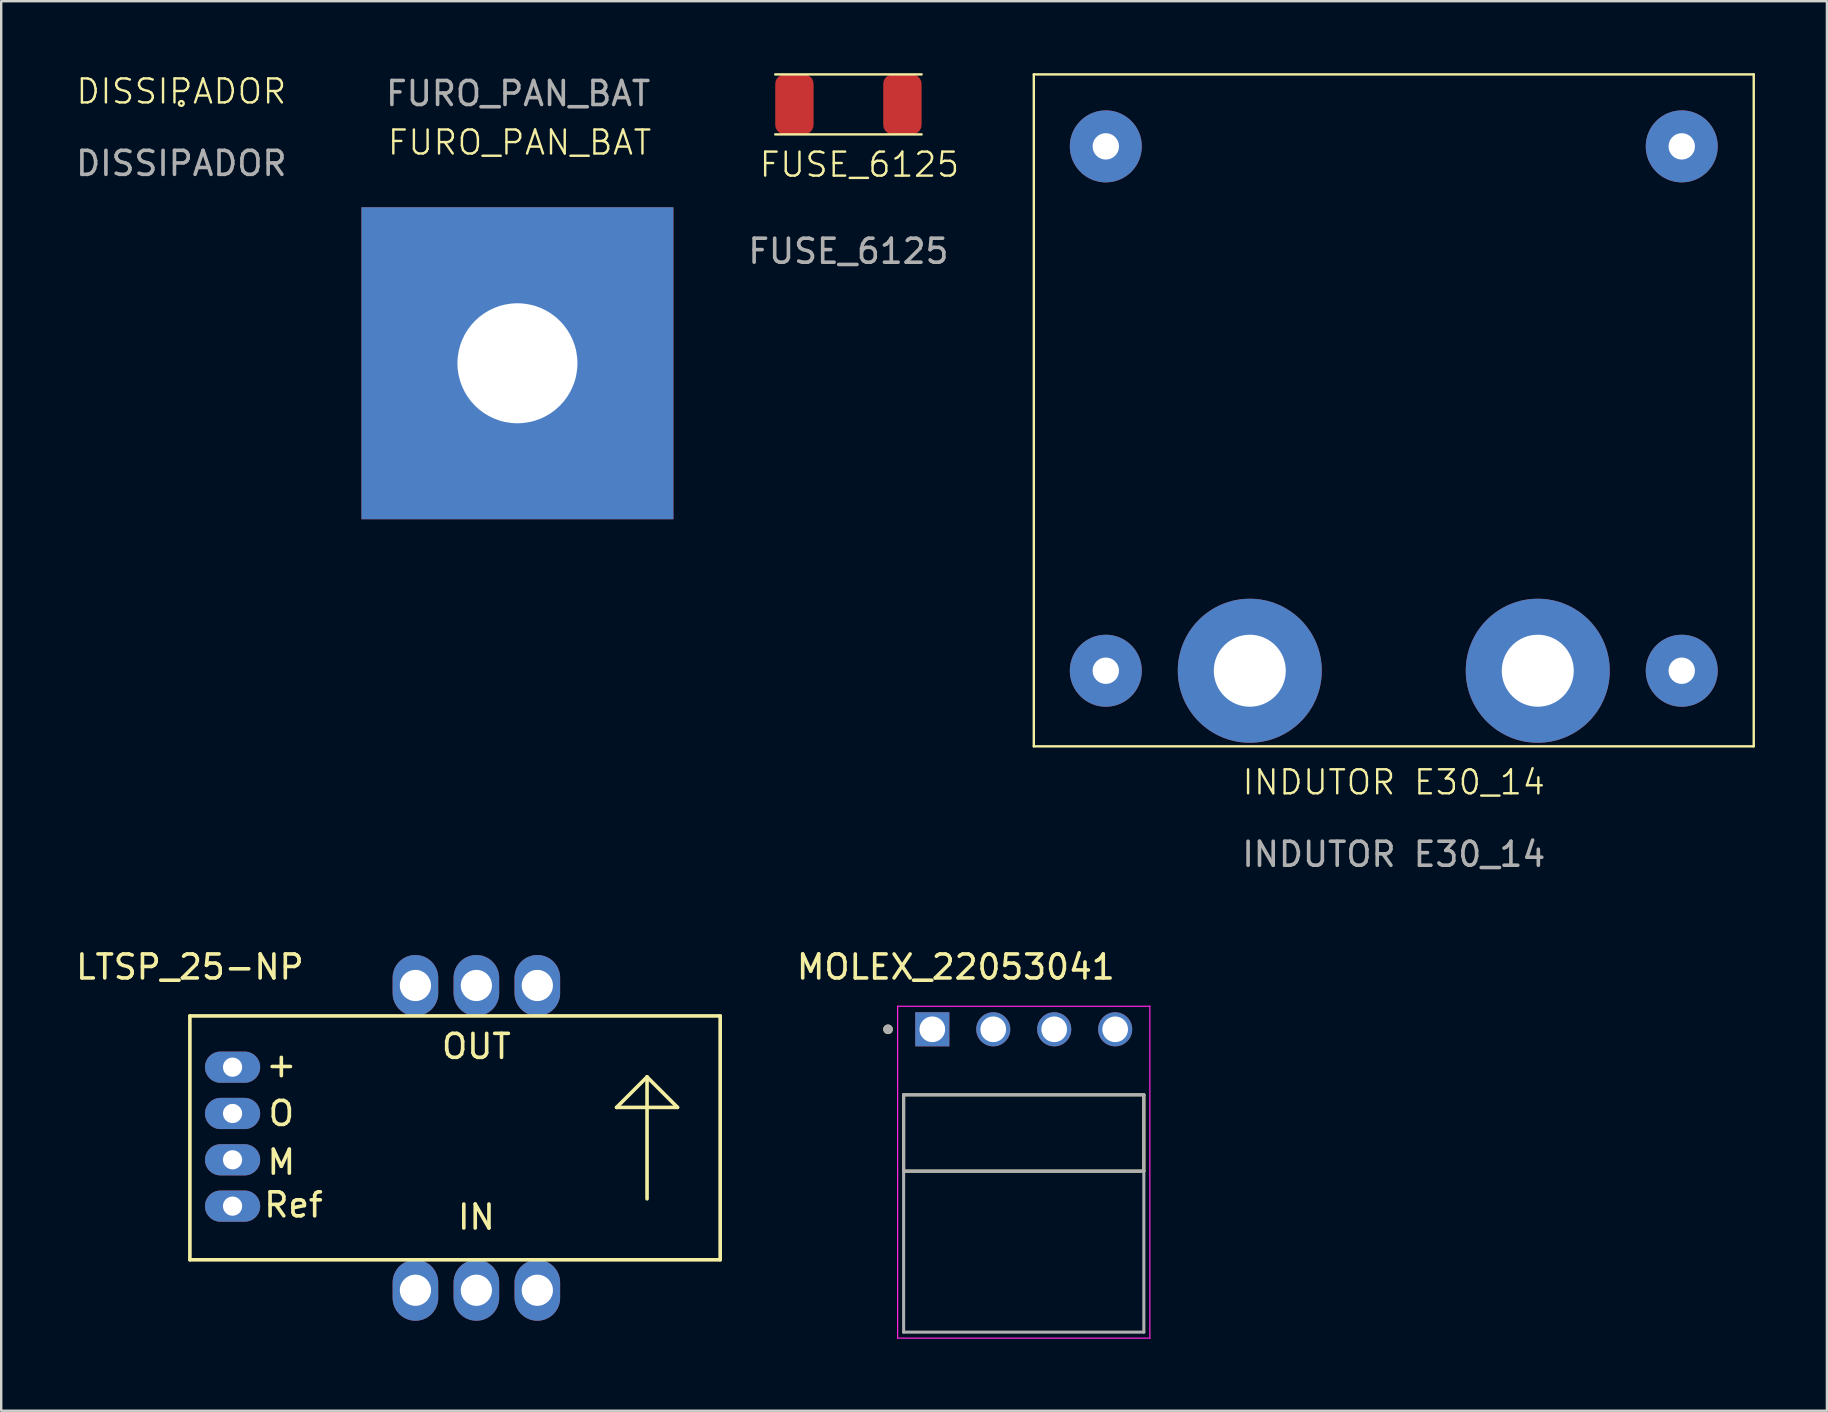
<source format=kicad_pcb>
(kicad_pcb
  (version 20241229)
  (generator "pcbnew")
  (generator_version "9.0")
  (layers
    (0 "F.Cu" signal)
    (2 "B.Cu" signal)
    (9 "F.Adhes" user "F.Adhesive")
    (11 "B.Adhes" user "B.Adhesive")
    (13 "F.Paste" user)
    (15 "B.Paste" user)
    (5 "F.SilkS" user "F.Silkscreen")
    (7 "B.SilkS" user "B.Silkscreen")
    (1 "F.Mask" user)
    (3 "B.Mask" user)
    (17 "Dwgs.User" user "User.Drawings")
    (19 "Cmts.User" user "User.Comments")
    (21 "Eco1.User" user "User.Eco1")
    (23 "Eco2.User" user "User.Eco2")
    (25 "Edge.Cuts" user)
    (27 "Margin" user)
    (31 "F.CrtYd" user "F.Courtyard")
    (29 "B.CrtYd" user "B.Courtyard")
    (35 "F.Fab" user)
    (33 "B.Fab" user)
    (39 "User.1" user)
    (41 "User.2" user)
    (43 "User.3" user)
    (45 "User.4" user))
  (footprint "MOLEX_22053041"
    (layer "F.Cu")
    (at 39.61 39.842)
    (property "Reference" "MOLEX_22053041" (at -2.83 -2.595 0) (layer "F.SilkS") (effects (font (size 1 1) (thickness 0.15))))
    (attr through_hole)
    (fp_line (start -5.005 5.91) (end -5.005 2.731) (stroke (width 0.127) (type solid)) (layer "F.SilkS"))
    (fp_line (start 5.005 2.731) (end -5.005 2.731) (stroke (width 0.127) (type solid)) (layer "F.SilkS"))
    (fp_line (start 5.005 2.731) (end 5.005 5.91) (stroke (width 0.127) (type solid)) (layer "F.SilkS"))
    (fp_line (start 5.005 5.91) (end -5.005 5.91) (stroke (width 0.127) (type solid)) (layer "F.SilkS"))
    (fp_circle (center -5.655 0) (end -5.555 0) (stroke (width 0.2) (type solid)) (fill no) (layer "F.SilkS"))
    (fp_line (start -5.255 -0.96) (end 5.255 -0.96) (stroke (width 0.05) (type solid)) (layer "F.CrtYd"))
    (fp_line (start -5.255 12.87) (end -5.255 -0.96) (stroke (width 0.05) (type solid)) (layer "F.CrtYd"))
    (fp_line (start 5.255 -0.96) (end 5.255 12.87) (stroke (width 0.05) (type solid)) (layer "F.CrtYd"))
    (fp_line (start 5.255 12.87) (end -5.255 12.87) (stroke (width 0.05) (type solid)) (layer "F.CrtYd"))
    (fp_line (start -5.005 2.731) (end 5.005 2.731) (stroke (width 0.127) (type solid)) (layer "F.Fab"))
    (fp_line (start -5.005 5.91) (end -5.005 2.731) (stroke (width 0.127) (type solid)) (layer "F.Fab"))
    (fp_line (start -5.005 5.91) (end -5.005 12.62) (stroke (width 0.127) (type solid)) (layer "F.Fab"))
    (fp_line (start -5.005 12.62) (end 5.005 12.62) (stroke (width 0.127) (type solid)) (layer "F.Fab"))
    (fp_line (start 5.005 2.731) (end 5.005 5.91) (stroke (width 0.127) (type solid)) (layer "F.Fab"))
    (fp_line (start 5.005 5.91) (end -5.005 5.91) (stroke (width 0.127) (type solid)) (layer "F.Fab"))
    (fp_line (start 5.005 12.62) (end 5.005 5.91) (stroke (width 0.127) (type solid)) (layer "F.Fab"))
    (fp_circle (center -5.655 0) (end -5.555 0) (stroke (width 0.2) (type solid)) (fill no) (layer "F.Fab"))
    (pad "01" thru_hole rect (at -3.81 0) (size 1.42 1.42) (drill 1.07) (layers "*.Cu" "*.Mask"))
    (pad "02" thru_hole circle (at -1.27 0) (size 1.42 1.42) (drill 1.07) (layers "*.Cu" "*.Mask"))
    (pad "03" thru_hole circle (at 1.27 0) (size 1.42 1.42) (drill 1.07) (layers "*.Cu" "*.Mask"))
    (pad "04" thru_hole circle (at 3.81 0) (size 1.42 1.42) (drill 1.07) (layers "*.Cu" "*.Mask")))
  (footprint "FURO_PAN_BAT"
    (layer "F.Cu")
    (at 18.512 12.088)
    (property "Reference" "FURO_PAN_BAT" (at 0.09 -9.2 0) (unlocked yes) (layer "F.SilkS") (effects (font (size 1 1) (thickness 0.1))))
    (attr through_hole)
    (fp_text user "${REFERENCE}" (at 0.03 -11.24 0) (unlocked yes) (layer "F.Fab") (effects (font (size 1 1) (thickness 0.15))))
    (pad "1" thru_hole rect (at 0 0) (size 13 13) (drill 5) (layers "*.Cu" "*.Mask")))
  (footprint "FUSE_6125"
    (layer "F.Cu")
    (at 32.304 3.3)
    (property "Reference" "FUSE_6125" (at 0.46 0.51 0) (unlocked yes) (layer "F.SilkS") (effects (font (size 1 1) (thickness 0.1))))
    (attr smd)
    (fp_line (start -3.05 -3.25) (end 3.05 -3.25) (stroke (width 0.1) (type default)) (layer "F.SilkS"))
    (fp_line (start -3.05 -0.75) (end 3.05 -0.75) (stroke (width 0.1) (type default)) (layer "F.SilkS"))
    (fp_text user "${REFERENCE}" (at 0 4.12 0) (unlocked yes) (layer "F.Fab") (effects (font (size 1 1) (thickness 0.15))))
    (pad "1" smd roundrect (at -2.25 -2) (size 1.6 2.5) (layers "F.Cu" "F.Mask" "F.Paste") (roundrect_rratio 0.25))
    (pad "2" smd roundrect (at 2.25 -2) (size 1.6 2.5) (layers "F.Cu" "F.Mask" "F.Paste") (roundrect_rratio 0.25)))
  (footprint "INDUTOR E30_14"
    (layer "F.Cu")
    (at 55.03 30.05)
    (property "Reference" "INDUTOR E30_14" (at 0 -0.5 0) (unlocked yes) (layer "F.SilkS") (effects (font (size 1 1) (thickness 0.1))))
    (attr through_hole)
    (fp_line (start -15 -30) (end -15 -2) (stroke (width 0.1) (type default)) (layer "F.SilkS"))
    (fp_line (start -15 -2) (end 15 -2) (stroke (width 0.1) (type default)) (layer "F.SilkS"))
    (fp_line (start 15 -30) (end -15 -30) (stroke (width 0.1) (type default)) (layer "F.SilkS"))
    (fp_line (start 15 -2) (end 15 -30) (stroke (width 0.1) (type default)) (layer "F.SilkS"))
    (fp_text user "${REFERENCE}" (at 0 2.5 0) (unlocked yes) (layer "F.Fab") (effects (font (size 1 1) (thickness 0.15))))
    (pad "" thru_hole circle (at -12 -27) (size 3 3) (drill 1.1) (layers "*.Cu" "*.Mask"))
    (pad "" thru_hole circle (at -12 -5.15) (size 3 3) (drill 1.1) (layers "*.Cu" "*.Mask"))
    (pad "" thru_hole circle (at 12 -27) (size 3 3) (drill 1.1) (layers "*.Cu" "*.Mask"))
    (pad "" thru_hole circle (at 12 -5.15) (size 3 3) (drill 1.1) (layers "*.Cu" "*.Mask"))
    (pad "1" thru_hole circle (at -6 -5.15) (size 6 6) (drill 3) (layers "*.Cu" "*.Mask"))
    (pad "2" thru_hole circle (at 6 -5.15) (size 6 6) (drill 3) (layers "*.Cu" "*.Mask")))
  (footprint "DISSIPADOR"
    (layer "F.Cu")
    (at 4.506 1.26)
    (property "Reference" "DISSIPADOR" (at 0 -0.5 0) (unlocked yes) (layer "F.SilkS") (effects (font (size 1 1) (thickness 0.1))))
    (fp_circle (center 0 0) (end 0.1 0) (stroke (width 0.1) (type default)) (fill no) (layer "F.SilkS"))
    (fp_text user "${REFERENCE}" (at 0 2.5 0) (unlocked yes) (layer "F.Fab") (effects (font (size 1 1) (thickness 0.15)))))
  (footprint "LTSP_25-NP"
    (layer "F.Cu")
    (at 4.863 39.286)
    (property "Reference" "LTSP_25-NP" (at 0 -2.04 0) (layer "F.SilkS") (effects (font (size 1 1) (thickness 0.15))))
    (attr through_hole)
    (fp_line (start 0 0) (end 0 10.16) (stroke (width 0.15) (type solid)) (layer "F.SilkS"))
    (fp_line (start 0 0) (end 22.098 0) (stroke (width 0.15) (type solid)) (layer "F.SilkS"))
    (fp_line (start 0 10.16) (end 22.098 10.16) (stroke (width 0.15) (type solid)) (layer "F.SilkS"))
    (fp_line (start 17.78 3.81) (end 20.32 3.81) (stroke (width 0.15) (type solid)) (layer "F.SilkS"))
    (fp_line (start 19.05 2.54) (end 17.78 3.81) (stroke (width 0.15) (type solid)) (layer "F.SilkS"))
    (fp_line (start 19.05 7.62) (end 19.05 2.54) (stroke (width 0.15) (type solid)) (layer "F.SilkS"))
    (fp_line (start 20.32 3.81) (end 19.05 2.54) (stroke (width 0.15) (type solid)) (layer "F.SilkS"))
    (fp_line (start 22.098 0) (end 22.098 10.16) (stroke (width 0.15) (type solid)) (layer "F.SilkS"))
    (fp_text user "+" (at 3.81 2.032 0) (layer "F.SilkS") (effects (font (size 1 1) (thickness 0.15))))
    (fp_text user "O" (at 3.81 4.064 0) (layer "F.SilkS") (effects (font (size 1 1) (thickness 0.15))))
    (fp_text user "Ref" (at 4.318 7.874 0) (layer "F.SilkS") (effects (font (size 1 1) (thickness 0.15))))
    (fp_text user "M" (at 3.81 6.096 0) (layer "F.SilkS") (effects (font (size 1 1) (thickness 0.15))))
    (fp_text user "IN" (at 11.938 8.382 0) (layer "F.SilkS") (effects (font (size 1 1) (thickness 0.15))))
    (fp_text user "OUT" (at 11.938 1.27 0) (layer "F.SilkS") (effects (font (size 1 1) (thickness 0.15))))
    (pad "1" thru_hole oval (at 9.398 -1.27) (size 1.9 2.54) (drill 1.3) (layers "*.Cu" "*.Mask"))
    (pad "2" thru_hole oval (at 11.938 -1.27) (size 1.9 2.54) (drill 1.3) (layers "*.Cu" "*.Mask"))
    (pad "3" thru_hole oval (at 14.478 -1.27) (size 1.9 2.54) (drill 1.3) (layers "*.Cu" "*.Mask"))
    (pad "4" thru_hole oval (at 14.478 11.43) (size 1.9 2.54) (drill 1.3) (layers "*.Cu" "*.Mask"))
    (pad "5" thru_hole oval (at 11.938 11.43) (size 1.9 2.54) (drill 1.3) (layers "*.Cu" "*.Mask"))
    (pad "6" thru_hole oval (at 9.398 11.43) (size 1.9 2.54) (drill 1.3) (layers "*.Cu" "*.Mask"))
    (pad "7" thru_hole oval (at 1.778 2.134 180) (size 2.3 1.3) (drill 0.8) (layers "*.Cu" "*.Mask"))
    (pad "8" thru_hole oval (at 1.778 4.064 180) (size 2.3 1.3) (drill 0.8) (layers "*.Cu" "*.Mask"))
    (pad "9" thru_hole oval (at 1.778 5.994 180) (size 2.3 1.3) (drill 0.8) (layers "*.Cu" "*.Mask"))
    (pad "10" thru_hole oval (at 1.778 7.925 180) (size 2.3 1.3) (drill 0.8) (layers "*.Cu" "*.Mask")))
  (gr_rect
    (start -3 -3)
    (end 73.08 55.737)
    (stroke (width 0.1) (type default))
    (fill no)
    (layer "Edge.Cuts")))
</source>
